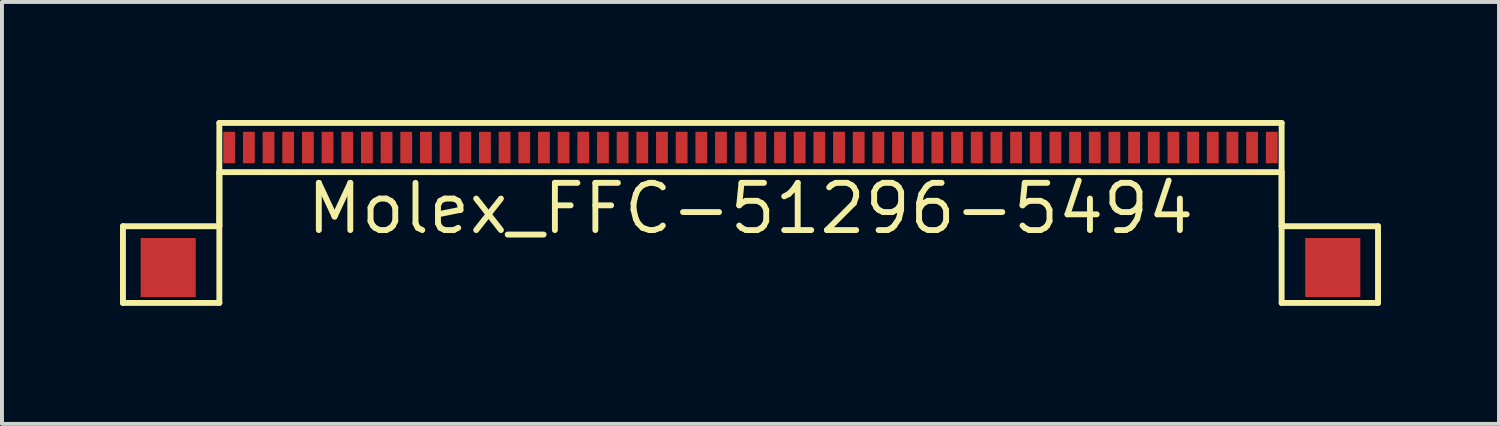
<source format=kicad_pcb>
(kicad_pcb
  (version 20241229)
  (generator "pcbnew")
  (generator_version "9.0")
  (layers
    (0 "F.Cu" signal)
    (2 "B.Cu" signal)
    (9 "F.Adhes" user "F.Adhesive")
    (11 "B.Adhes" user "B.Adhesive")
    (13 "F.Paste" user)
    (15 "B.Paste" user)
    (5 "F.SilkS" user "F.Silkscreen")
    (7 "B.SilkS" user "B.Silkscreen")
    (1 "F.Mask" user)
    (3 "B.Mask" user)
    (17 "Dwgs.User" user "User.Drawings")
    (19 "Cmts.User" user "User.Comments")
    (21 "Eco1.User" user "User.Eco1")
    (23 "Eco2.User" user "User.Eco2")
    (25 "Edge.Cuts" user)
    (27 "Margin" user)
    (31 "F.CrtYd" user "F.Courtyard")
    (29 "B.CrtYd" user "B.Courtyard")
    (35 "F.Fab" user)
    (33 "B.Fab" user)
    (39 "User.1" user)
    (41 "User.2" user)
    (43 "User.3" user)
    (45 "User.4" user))
  (footprint "Molex_FFC-51296-5494"
    (layer "F.Cu")
    (at 16.025 0.7)
    (property "Reference" "Molex_FFC-51296-5494" (at 0 1.55 0) (layer "F.SilkS") (effects (font (size 1.2 1.2) (thickness 0.15))))
    (attr through_hole)
    (fp_line (start -15.95 2) (end -13.5 2) (stroke (width 0.15) (type solid)) (layer "F.SilkS"))
    (fp_line (start -15.95 3.95) (end -15.95 2) (stroke (width 0.15) (type solid)) (layer "F.SilkS"))
    (fp_line (start -13.5 -0.625) (end 13.5 -0.625) (stroke (width 0.15) (type solid)) (layer "F.SilkS"))
    (fp_line (start -13.5 0.625) (end -13.5 3.95) (stroke (width 0.15) (type solid)) (layer "F.SilkS"))
    (fp_line (start -13.5 0.625) (end 13.5 0.625) (stroke (width 0.15) (type solid)) (layer "F.SilkS"))
    (fp_line (start -13.5 2) (end -13.5 -0.625) (stroke (width 0.15) (type solid)) (layer "F.SilkS"))
    (fp_line (start -13.5 3.95) (end -15.95 3.95) (stroke (width 0.15) (type solid)) (layer "F.SilkS"))
    (fp_line (start 13.5 0.625) (end 13.5 3.95) (stroke (width 0.15) (type solid)) (layer "F.SilkS"))
    (fp_line (start 13.5 2) (end 13.5 -0.625) (stroke (width 0.15) (type solid)) (layer "F.SilkS"))
    (fp_line (start 13.5 3.95) (end 15.95 3.95) (stroke (width 0.15) (type solid)) (layer "F.SilkS"))
    (fp_line (start 15.95 2) (end 13.5 2) (stroke (width 0.15) (type solid)) (layer "F.SilkS"))
    (fp_line (start 15.95 3.95) (end 15.95 2) (stroke (width 0.15) (type solid)) (layer "F.SilkS"))
    (pad "0" smd rect (at -14.8 3.05) (size 1.4 1.5) (layers "F.Cu" "F.Mask" "F.Paste"))
    (pad "0" smd rect (at 14.8 3.05) (size 1.4 1.5) (layers "F.Cu" "F.Mask" "F.Paste"))
    (pad "1" smd rect (at -13.25 0) (size 0.3 0.8) (layers "F.Cu" "F.Mask" "F.Paste"))
    (pad "2" smd rect (at -12.75 0) (size 0.3 0.8) (layers "F.Cu" "F.Mask" "F.Paste"))
    (pad "3" smd rect (at -12.25 0) (size 0.3 0.8) (layers "F.Cu" "F.Mask" "F.Paste"))
    (pad "4" smd rect (at -11.75 0) (size 0.3 0.8) (layers "F.Cu" "F.Mask" "F.Paste"))
    (pad "5" smd rect (at -11.25 0) (size 0.3 0.8) (layers "F.Cu" "F.Mask" "F.Paste"))
    (pad "6" smd rect (at -10.75 0) (size 0.3 0.8) (layers "F.Cu" "F.Mask" "F.Paste"))
    (pad "7" smd rect (at -10.25 0) (size 0.3 0.8) (layers "F.Cu" "F.Mask" "F.Paste"))
    (pad "8" smd rect (at -9.75 0) (size 0.3 0.8) (layers "F.Cu" "F.Mask" "F.Paste"))
    (pad "9" smd rect (at -9.25 0) (size 0.3 0.8) (layers "F.Cu" "F.Mask" "F.Paste"))
    (pad "10" smd rect (at -8.75 0) (size 0.3 0.8) (layers "F.Cu" "F.Mask" "F.Paste"))
    (pad "11" smd rect (at -8.25 0) (size 0.3 0.8) (layers "F.Cu" "F.Mask" "F.Paste"))
    (pad "12" smd rect (at -7.75 0) (size 0.3 0.8) (layers "F.Cu" "F.Mask" "F.Paste"))
    (pad "13" smd rect (at -7.25 0) (size 0.3 0.8) (layers "F.Cu" "F.Mask" "F.Paste"))
    (pad "14" smd rect (at -6.75 0) (size 0.3 0.8) (layers "F.Cu" "F.Mask" "F.Paste"))
    (pad "15" smd rect (at -6.25 0) (size 0.3 0.8) (layers "F.Cu" "F.Mask" "F.Paste"))
    (pad "16" smd rect (at -5.75 0) (size 0.3 0.8) (layers "F.Cu" "F.Mask" "F.Paste"))
    (pad "17" smd rect (at -5.25 0) (size 0.3 0.8) (layers "F.Cu" "F.Mask" "F.Paste"))
    (pad "18" smd rect (at -4.75 0) (size 0.3 0.8) (layers "F.Cu" "F.Mask" "F.Paste"))
    (pad "19" smd rect (at -4.25 0) (size 0.3 0.8) (layers "F.Cu" "F.Mask" "F.Paste"))
    (pad "20" smd rect (at -3.75 0) (size 0.3 0.8) (layers "F.Cu" "F.Mask" "F.Paste"))
    (pad "21" smd rect (at -3.25 0) (size 0.3 0.8) (layers "F.Cu" "F.Mask" "F.Paste"))
    (pad "22" smd rect (at -2.75 0) (size 0.3 0.8) (layers "F.Cu" "F.Mask" "F.Paste"))
    (pad "23" smd rect (at -2.25 0) (size 0.3 0.8) (layers "F.Cu" "F.Mask" "F.Paste"))
    (pad "24" smd rect (at -1.75 0) (size 0.3 0.8) (layers "F.Cu" "F.Mask" "F.Paste"))
    (pad "25" smd rect (at -1.25 0) (size 0.3 0.8) (layers "F.Cu" "F.Mask" "F.Paste"))
    (pad "26" smd rect (at -0.75 0) (size 0.3 0.8) (layers "F.Cu" "F.Mask" "F.Paste"))
    (pad "27" smd rect (at -0.25 0) (size 0.3 0.8) (layers "F.Cu" "F.Mask" "F.Paste"))
    (pad "28" smd rect (at 0.25 0) (size 0.3 0.8) (layers "F.Cu" "F.Mask" "F.Paste"))
    (pad "29" smd rect (at 0.75 0) (size 0.3 0.8) (layers "F.Cu" "F.Mask" "F.Paste"))
    (pad "30" smd rect (at 1.25 0) (size 0.3 0.8) (layers "F.Cu" "F.Mask" "F.Paste"))
    (pad "31" smd rect (at 1.75 0) (size 0.3 0.8) (layers "F.Cu" "F.Mask" "F.Paste"))
    (pad "32" smd rect (at 2.25 0) (size 0.3 0.8) (layers "F.Cu" "F.Mask" "F.Paste"))
    (pad "33" smd rect (at 2.75 0) (size 0.3 0.8) (layers "F.Cu" "F.Mask" "F.Paste"))
    (pad "34" smd rect (at 3.25 0) (size 0.3 0.8) (layers "F.Cu" "F.Mask" "F.Paste"))
    (pad "35" smd rect (at 3.75 0) (size 0.3 0.8) (layers "F.Cu" "F.Mask" "F.Paste"))
    (pad "36" smd rect (at 4.25 0) (size 0.3 0.8) (layers "F.Cu" "F.Mask" "F.Paste"))
    (pad "37" smd rect (at 4.75 0) (size 0.3 0.8) (layers "F.Cu" "F.Mask" "F.Paste"))
    (pad "38" smd rect (at 5.25 0) (size 0.3 0.8) (layers "F.Cu" "F.Mask" "F.Paste"))
    (pad "39" smd rect (at 5.75 0) (size 0.3 0.8) (layers "F.Cu" "F.Mask" "F.Paste"))
    (pad "40" smd rect (at 6.25 0) (size 0.3 0.8) (layers "F.Cu" "F.Mask" "F.Paste"))
    (pad "41" smd rect (at 6.75 0) (size 0.3 0.8) (layers "F.Cu" "F.Mask" "F.Paste"))
    (pad "42" smd rect (at 7.25 0) (size 0.3 0.8) (layers "F.Cu" "F.Mask" "F.Paste"))
    (pad "43" smd rect (at 7.75 0) (size 0.3 0.8) (layers "F.Cu" "F.Mask" "F.Paste"))
    (pad "44" smd rect (at 8.25 0) (size 0.3 0.8) (layers "F.Cu" "F.Mask" "F.Paste"))
    (pad "45" smd rect (at 8.75 0) (size 0.3 0.8) (layers "F.Cu" "F.Mask" "F.Paste"))
    (pad "46" smd rect (at 9.25 0) (size 0.3 0.8) (layers "F.Cu" "F.Mask" "F.Paste"))
    (pad "47" smd rect (at 9.75 0) (size 0.3 0.8) (layers "F.Cu" "F.Mask" "F.Paste"))
    (pad "48" smd rect (at 10.25 0) (size 0.3 0.8) (layers "F.Cu" "F.Mask" "F.Paste"))
    (pad "49" smd rect (at 10.75 0) (size 0.3 0.8) (layers "F.Cu" "F.Mask" "F.Paste"))
    (pad "50" smd rect (at 11.25 0) (size 0.3 0.8) (layers "F.Cu" "F.Mask" "F.Paste"))
    (pad "51" smd rect (at 11.75 0) (size 0.3 0.8) (layers "F.Cu" "F.Mask" "F.Paste"))
    (pad "52" smd rect (at 12.25 0) (size 0.3 0.8) (layers "F.Cu" "F.Mask" "F.Paste"))
    (pad "53" smd rect (at 12.75 0) (size 0.3 0.8) (layers "F.Cu" "F.Mask" "F.Paste"))
    (pad "54" smd rect (at 13.25 0) (size 0.3 0.8) (layers "F.Cu" "F.Mask" "F.Paste")))
  (gr_rect
    (start -3 -3)
    (end 35.05 7.725)
    (stroke (width 0.1) (type default))
    (fill no)
    (layer "Edge.Cuts")))
</source>
